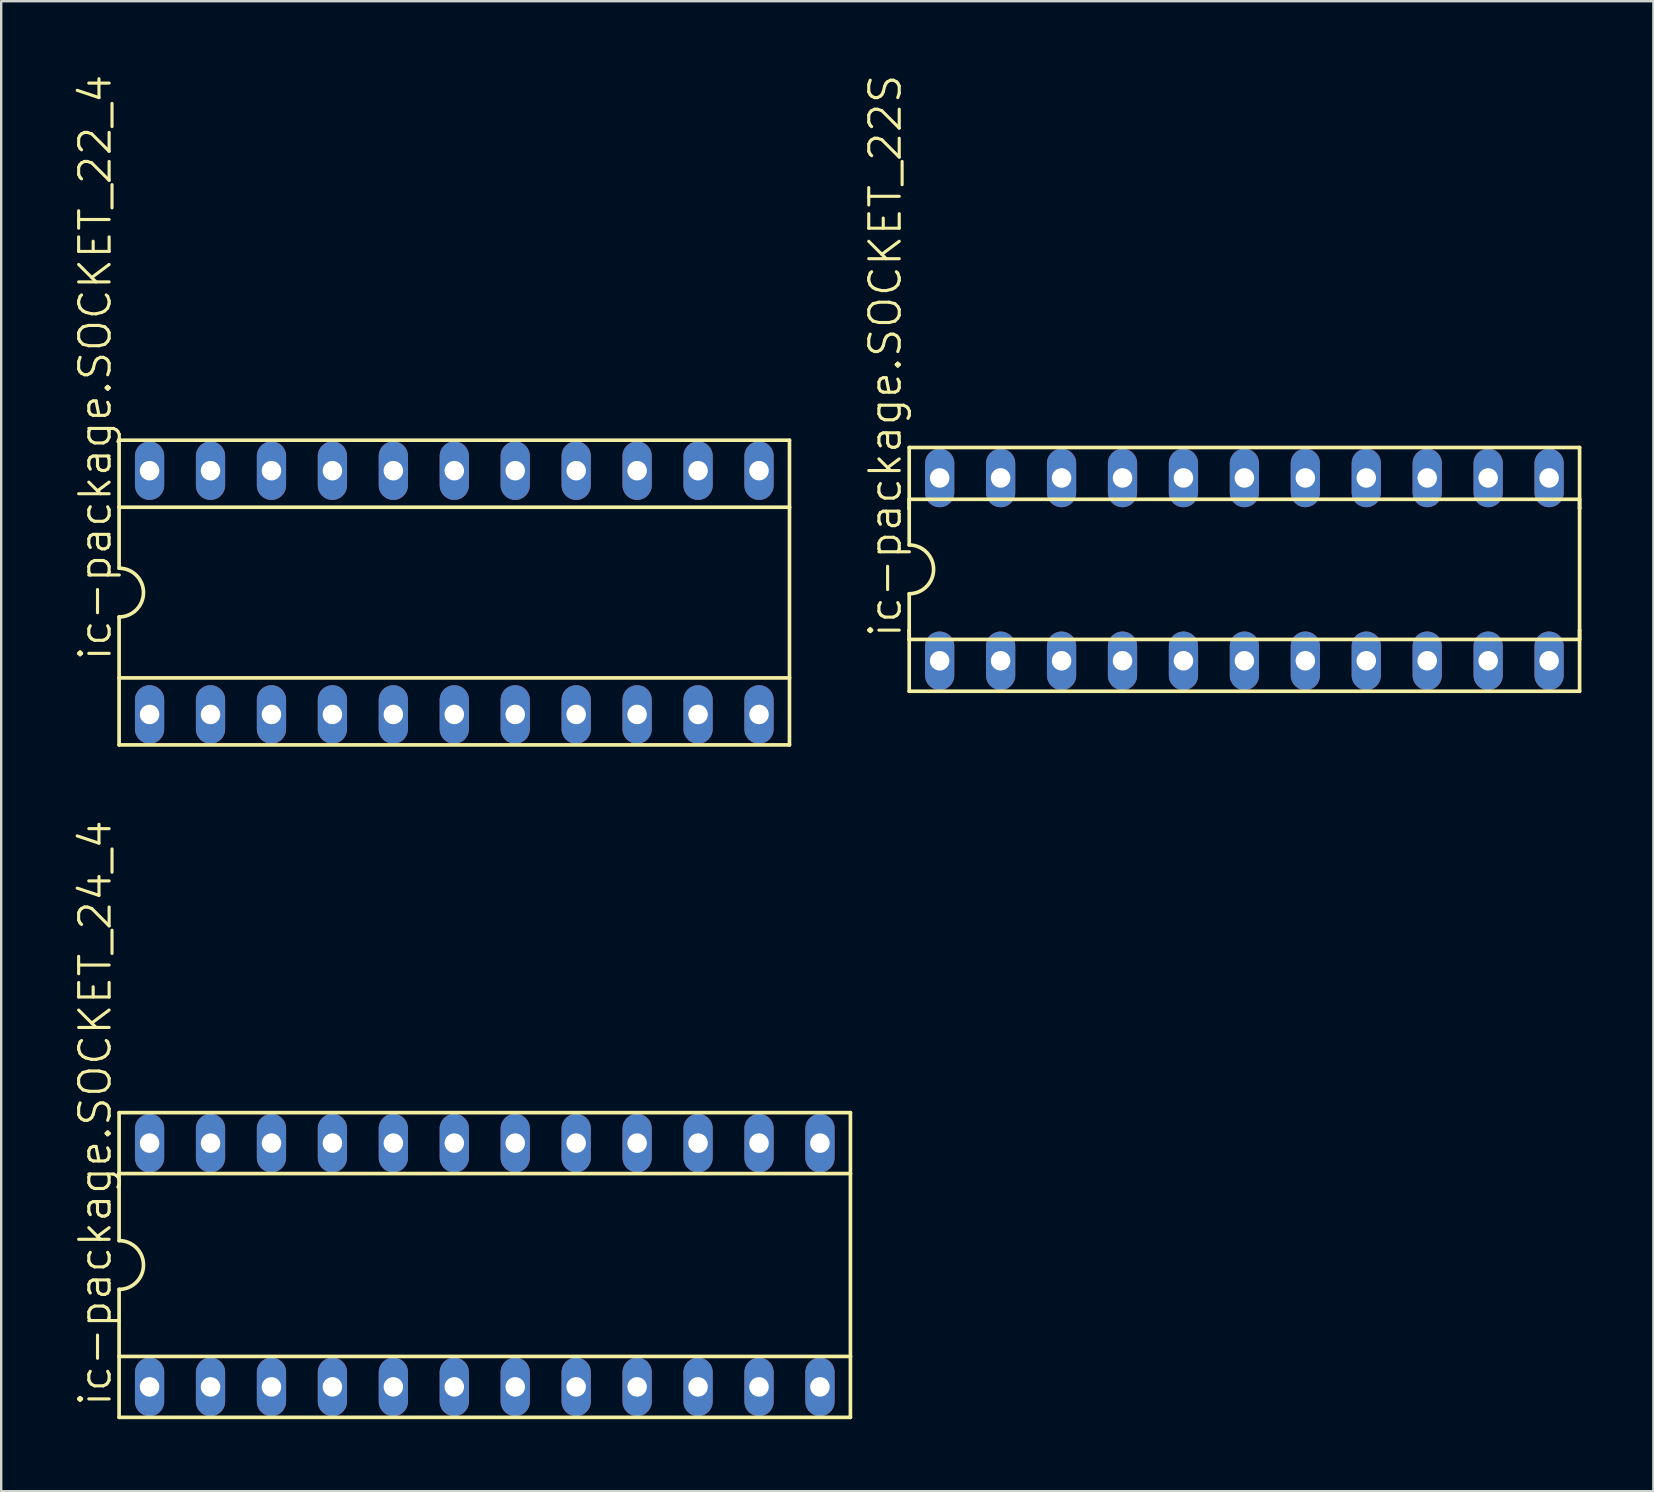
<source format=kicad_pcb>
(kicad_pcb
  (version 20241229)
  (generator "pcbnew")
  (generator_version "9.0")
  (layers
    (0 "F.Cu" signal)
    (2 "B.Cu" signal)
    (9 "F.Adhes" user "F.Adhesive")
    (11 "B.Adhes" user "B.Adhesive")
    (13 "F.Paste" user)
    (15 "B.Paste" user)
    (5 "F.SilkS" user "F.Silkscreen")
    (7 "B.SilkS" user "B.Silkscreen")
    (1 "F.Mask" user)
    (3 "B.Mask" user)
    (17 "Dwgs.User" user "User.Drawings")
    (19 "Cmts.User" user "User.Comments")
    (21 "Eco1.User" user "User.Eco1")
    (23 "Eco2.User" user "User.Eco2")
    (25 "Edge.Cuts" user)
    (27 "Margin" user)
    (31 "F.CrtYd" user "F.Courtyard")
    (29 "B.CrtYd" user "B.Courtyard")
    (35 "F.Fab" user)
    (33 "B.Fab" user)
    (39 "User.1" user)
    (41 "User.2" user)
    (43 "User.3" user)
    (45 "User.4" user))
  (footprint "ic-package.SOCKET_22S"
    (layer "F.Cu")
    (at 48.814 20.68)
    (property "Reference" "ic-package.SOCKET_22S" (at -14.224 2.921 90) (layer "F.SilkS") (effects (font (size 1.27 1.27) (thickness 0.13)) (justify left bottom)))
    (attr through_hole)
    (fp_line (start -13.97 -5.08) (end -13.97 -2.54) (stroke (width 0.152) (type default)) (layer "F.SilkS"))
    (fp_line (start -13.97 -2.921) (end -13.97 -2.54) (stroke (width 0.152) (type default)) (layer "F.SilkS"))
    (fp_line (start -13.97 -2.54) (end -13.97 -1.016) (stroke (width 0.152) (type default)) (layer "F.SilkS"))
    (fp_line (start -13.97 2.54) (end -13.97 1.016) (stroke (width 0.152) (type default)) (layer "F.SilkS"))
    (fp_line (start -13.97 2.921) (end -13.97 2.54) (stroke (width 0.152) (type default)) (layer "F.SilkS"))
    (fp_line (start -13.97 2.921) (end 13.97 2.921) (stroke (width 0.152) (type default)) (layer "F.SilkS"))
    (fp_line (start -13.97 5.08) (end -13.97 2.54) (stroke (width 0.152) (type default)) (layer "F.SilkS"))
    (fp_line (start -13.97 5.08) (end 13.97 5.08) (stroke (width 0.152) (type default)) (layer "F.SilkS"))
    (fp_line (start 13.97 -5.08) (end -13.97 -5.08) (stroke (width 0.152) (type default)) (layer "F.SilkS"))
    (fp_line (start 13.97 -5.08) (end 13.97 -2.54) (stroke (width 0.152) (type default)) (layer "F.SilkS"))
    (fp_line (start 13.97 -2.921) (end -13.97 -2.921) (stroke (width 0.152) (type default)) (layer "F.SilkS"))
    (fp_line (start 13.97 -2.921) (end 13.97 -2.54) (stroke (width 0.152) (type default)) (layer "F.SilkS"))
    (fp_line (start 13.97 -2.54) (end 13.97 2.54) (stroke (width 0.152) (type default)) (layer "F.SilkS"))
    (fp_line (start 13.97 2.54) (end 13.97 2.921) (stroke (width 0.152) (type default)) (layer "F.SilkS"))
    (fp_line (start 13.97 5.08) (end 13.97 2.54) (stroke (width 0.152) (type default)) (layer "F.SilkS"))
    (fp_arc (start -13.97 -1.016) (mid -12.954 0) (end -13.97 1.016) (stroke (width 0.1524) (type default)) (layer "F.SilkS"))
    (pad "1" thru_hole oval (at -12.7 3.81 90) (size 2.438 1.219) (drill 0.813) (layers "*.Cu" "*.Mask"))
    (pad "2" thru_hole oval (at -10.16 3.81 90) (size 2.438 1.219) (drill 0.813) (layers "*.Cu" "*.Mask"))
    (pad "3" thru_hole oval (at -7.62 3.81 90) (size 2.438 1.219) (drill 0.813) (layers "*.Cu" "*.Mask"))
    (pad "4" thru_hole oval (at -5.08 3.81 90) (size 2.438 1.219) (drill 0.813) (layers "*.Cu" "*.Mask"))
    (pad "5" thru_hole oval (at -2.54 3.81 90) (size 2.438 1.219) (drill 0.813) (layers "*.Cu" "*.Mask"))
    (pad "6" thru_hole oval (at 0 3.81 90) (size 2.438 1.219) (drill 0.813) (layers "*.Cu" "*.Mask"))
    (pad "7" thru_hole oval (at 2.54 3.81 90) (size 2.438 1.219) (drill 0.813) (layers "*.Cu" "*.Mask"))
    (pad "8" thru_hole oval (at 5.08 3.81 90) (size 2.438 1.219) (drill 0.813) (layers "*.Cu" "*.Mask"))
    (pad "9" thru_hole oval (at 7.62 3.81 90) (size 2.438 1.219) (drill 0.813) (layers "*.Cu" "*.Mask"))
    (pad "10" thru_hole oval (at 10.16 3.81 90) (size 2.438 1.219) (drill 0.813) (layers "*.Cu" "*.Mask"))
    (pad "11" thru_hole oval (at 12.7 3.81 90) (size 2.438 1.219) (drill 0.813) (layers "*.Cu" "*.Mask"))
    (pad "12" thru_hole oval (at 12.7 -3.81 90) (size 2.438 1.219) (drill 0.813) (layers "*.Cu" "*.Mask"))
    (pad "13" thru_hole oval (at 10.16 -3.81 90) (size 2.438 1.219) (drill 0.813) (layers "*.Cu" "*.Mask"))
    (pad "14" thru_hole oval (at 7.62 -3.81 90) (size 2.438 1.219) (drill 0.813) (layers "*.Cu" "*.Mask"))
    (pad "15" thru_hole oval (at 5.08 -3.81 90) (size 2.438 1.219) (drill 0.813) (layers "*.Cu" "*.Mask"))
    (pad "16" thru_hole oval (at 2.54 -3.81 90) (size 2.438 1.219) (drill 0.813) (layers "*.Cu" "*.Mask"))
    (pad "17" thru_hole oval (at 0 -3.81 90) (size 2.438 1.219) (drill 0.813) (layers "*.Cu" "*.Mask"))
    (pad "18" thru_hole oval (at -2.54 -3.81 90) (size 2.438 1.219) (drill 0.813) (layers "*.Cu" "*.Mask"))
    (pad "19" thru_hole oval (at -5.08 -3.81 90) (size 2.438 1.219) (drill 0.813) (layers "*.Cu" "*.Mask"))
    (pad "20" thru_hole oval (at -7.62 -3.81 90) (size 2.438 1.219) (drill 0.813) (layers "*.Cu" "*.Mask"))
    (pad "21" thru_hole oval (at -10.16 -3.81 90) (size 2.438 1.219) (drill 0.813) (layers "*.Cu" "*.Mask"))
    (pad "22" thru_hole oval (at -12.7 -3.81 90) (size 2.438 1.219) (drill 0.813) (layers "*.Cu" "*.Mask")))
  (footprint "ic-package.SOCKET_22_4"
    (layer "F.Cu")
    (at 15.884 21.647)
    (property "Reference" "ic-package.SOCKET_22_4" (at -14.224 2.921 90) (layer "F.SilkS") (effects (font (size 1.27 1.27) (thickness 0.13)) (justify left bottom)))
    (attr through_hole)
    (fp_line (start -13.97 -6.35) (end -13.97 -3.556) (stroke (width 0.152) (type default)) (layer "F.SilkS"))
    (fp_line (start -13.97 -3.556) (end -13.97 -1.016) (stroke (width 0.152) (type default)) (layer "F.SilkS"))
    (fp_line (start -13.97 3.556) (end -13.97 1.016) (stroke (width 0.152) (type default)) (layer "F.SilkS"))
    (fp_line (start -13.97 3.556) (end 13.97 3.556) (stroke (width 0.152) (type default)) (layer "F.SilkS"))
    (fp_line (start -13.97 6.35) (end -13.97 3.556) (stroke (width 0.152) (type default)) (layer "F.SilkS"))
    (fp_line (start -13.97 6.35) (end 13.97 6.35) (stroke (width 0.152) (type default)) (layer "F.SilkS"))
    (fp_line (start 13.97 -6.35) (end -13.97 -6.35) (stroke (width 0.152) (type default)) (layer "F.SilkS"))
    (fp_line (start 13.97 -6.35) (end 13.97 -3.556) (stroke (width 0.152) (type default)) (layer "F.SilkS"))
    (fp_line (start 13.97 -3.556) (end -13.97 -3.556) (stroke (width 0.152) (type default)) (layer "F.SilkS"))
    (fp_line (start 13.97 -3.556) (end 13.97 3.556) (stroke (width 0.152) (type default)) (layer "F.SilkS"))
    (fp_line (start 13.97 6.35) (end 13.97 3.556) (stroke (width 0.152) (type default)) (layer "F.SilkS"))
    (fp_arc (start -13.97 -1.016) (mid -12.954 0) (end -13.97 1.016) (stroke (width 0.1524) (type default)) (layer "F.SilkS"))
    (pad "1" thru_hole oval (at -12.7 5.08 90) (size 2.438 1.219) (drill 0.813) (layers "*.Cu" "*.Mask"))
    (pad "2" thru_hole oval (at -10.16 5.08 90) (size 2.438 1.219) (drill 0.813) (layers "*.Cu" "*.Mask"))
    (pad "3" thru_hole oval (at -7.62 5.08 90) (size 2.438 1.219) (drill 0.813) (layers "*.Cu" "*.Mask"))
    (pad "4" thru_hole oval (at -5.08 5.08 90) (size 2.438 1.219) (drill 0.813) (layers "*.Cu" "*.Mask"))
    (pad "5" thru_hole oval (at -2.54 5.08 90) (size 2.438 1.219) (drill 0.813) (layers "*.Cu" "*.Mask"))
    (pad "6" thru_hole oval (at 0 5.08 90) (size 2.438 1.219) (drill 0.813) (layers "*.Cu" "*.Mask"))
    (pad "7" thru_hole oval (at 2.54 5.08 90) (size 2.438 1.219) (drill 0.813) (layers "*.Cu" "*.Mask"))
    (pad "8" thru_hole oval (at 5.08 5.08 90) (size 2.438 1.219) (drill 0.813) (layers "*.Cu" "*.Mask"))
    (pad "9" thru_hole oval (at 7.62 5.08 90) (size 2.438 1.219) (drill 0.813) (layers "*.Cu" "*.Mask"))
    (pad "10" thru_hole oval (at 10.16 5.08 90) (size 2.438 1.219) (drill 0.813) (layers "*.Cu" "*.Mask"))
    (pad "11" thru_hole oval (at 12.7 5.08 90) (size 2.438 1.219) (drill 0.813) (layers "*.Cu" "*.Mask"))
    (pad "12" thru_hole oval (at 12.7 -5.08 90) (size 2.438 1.219) (drill 0.813) (layers "*.Cu" "*.Mask"))
    (pad "13" thru_hole oval (at 10.16 -5.08 90) (size 2.438 1.219) (drill 0.813) (layers "*.Cu" "*.Mask"))
    (pad "14" thru_hole oval (at 7.62 -5.08 90) (size 2.438 1.219) (drill 0.813) (layers "*.Cu" "*.Mask"))
    (pad "15" thru_hole oval (at 5.08 -5.08 90) (size 2.438 1.219) (drill 0.813) (layers "*.Cu" "*.Mask"))
    (pad "16" thru_hole oval (at 2.54 -5.08 90) (size 2.438 1.219) (drill 0.813) (layers "*.Cu" "*.Mask"))
    (pad "17" thru_hole oval (at 0 -5.08 90) (size 2.438 1.219) (drill 0.813) (layers "*.Cu" "*.Mask"))
    (pad "18" thru_hole oval (at -2.54 -5.08 90) (size 2.438 1.219) (drill 0.813) (layers "*.Cu" "*.Mask"))
    (pad "19" thru_hole oval (at -5.08 -5.08 90) (size 2.438 1.219) (drill 0.813) (layers "*.Cu" "*.Mask"))
    (pad "20" thru_hole oval (at -7.62 -5.08 90) (size 2.438 1.219) (drill 0.813) (layers "*.Cu" "*.Mask"))
    (pad "21" thru_hole oval (at -10.16 -5.08 90) (size 2.438 1.219) (drill 0.813) (layers "*.Cu" "*.Mask"))
    (pad "22" thru_hole oval (at -12.7 -5.08 90) (size 2.438 1.219) (drill 0.813) (layers "*.Cu" "*.Mask")))
  (footprint "ic-package.SOCKET_24_4"
    (layer "F.Cu")
    (at 17.154 49.673)
    (property "Reference" "ic-package.SOCKET_24_4" (at -15.494 5.969 90) (layer "F.SilkS") (effects (font (size 1.27 1.27) (thickness 0.13)) (justify left bottom)))
    (attr through_hole)
    (fp_line (start -15.24 -6.35) (end -15.24 -3.81) (stroke (width 0.152) (type default)) (layer "F.SilkS"))
    (fp_line (start -15.24 -3.81) (end -15.24 -1.016) (stroke (width 0.152) (type default)) (layer "F.SilkS"))
    (fp_line (start -15.24 3.81) (end -15.24 1.016) (stroke (width 0.152) (type default)) (layer "F.SilkS"))
    (fp_line (start -15.24 3.81) (end 15.24 3.81) (stroke (width 0.152) (type default)) (layer "F.SilkS"))
    (fp_line (start -15.24 6.35) (end -15.24 3.81) (stroke (width 0.152) (type default)) (layer "F.SilkS"))
    (fp_line (start -15.24 6.35) (end 15.24 6.35) (stroke (width 0.152) (type default)) (layer "F.SilkS"))
    (fp_line (start 15.24 -6.35) (end -15.24 -6.35) (stroke (width 0.152) (type default)) (layer "F.SilkS"))
    (fp_line (start 15.24 -6.35) (end 15.24 -3.81) (stroke (width 0.152) (type default)) (layer "F.SilkS"))
    (fp_line (start 15.24 -3.81) (end -15.24 -3.81) (stroke (width 0.152) (type default)) (layer "F.SilkS"))
    (fp_line (start 15.24 -3.81) (end 15.24 3.81) (stroke (width 0.152) (type default)) (layer "F.SilkS"))
    (fp_line (start 15.24 3.81) (end 15.24 6.35) (stroke (width 0.152) (type default)) (layer "F.SilkS"))
    (fp_arc (start -15.24 -1.016) (mid -14.224 0) (end -15.24 1.016) (stroke (width 0.1524) (type default)) (layer "F.SilkS"))
    (pad "1" thru_hole oval (at -13.97 5.08 90) (size 2.438 1.219) (drill 0.813) (layers "*.Cu" "*.Mask"))
    (pad "2" thru_hole oval (at -11.43 5.08 90) (size 2.438 1.219) (drill 0.813) (layers "*.Cu" "*.Mask"))
    (pad "3" thru_hole oval (at -8.89 5.08 90) (size 2.438 1.219) (drill 0.813) (layers "*.Cu" "*.Mask"))
    (pad "4" thru_hole oval (at -6.35 5.08 90) (size 2.438 1.219) (drill 0.813) (layers "*.Cu" "*.Mask"))
    (pad "5" thru_hole oval (at -3.81 5.08 90) (size 2.438 1.219) (drill 0.813) (layers "*.Cu" "*.Mask"))
    (pad "6" thru_hole oval (at -1.27 5.08 90) (size 2.438 1.219) (drill 0.813) (layers "*.Cu" "*.Mask"))
    (pad "7" thru_hole oval (at 1.27 5.08 90) (size 2.438 1.219) (drill 0.813) (layers "*.Cu" "*.Mask"))
    (pad "8" thru_hole oval (at 3.81 5.08 90) (size 2.438 1.219) (drill 0.813) (layers "*.Cu" "*.Mask"))
    (pad "9" thru_hole oval (at 6.35 5.08 90) (size 2.438 1.219) (drill 0.813) (layers "*.Cu" "*.Mask"))
    (pad "10" thru_hole oval (at 8.89 5.08 90) (size 2.438 1.219) (drill 0.813) (layers "*.Cu" "*.Mask"))
    (pad "11" thru_hole oval (at 11.43 5.08 90) (size 2.438 1.219) (drill 0.813) (layers "*.Cu" "*.Mask"))
    (pad "12" thru_hole oval (at 13.97 5.08 90) (size 2.438 1.219) (drill 0.813) (layers "*.Cu" "*.Mask"))
    (pad "13" thru_hole oval (at 13.97 -5.08 90) (size 2.438 1.219) (drill 0.813) (layers "*.Cu" "*.Mask"))
    (pad "14" thru_hole oval (at 11.43 -5.08 90) (size 2.438 1.219) (drill 0.813) (layers "*.Cu" "*.Mask"))
    (pad "15" thru_hole oval (at 8.89 -5.08 90) (size 2.438 1.219) (drill 0.813) (layers "*.Cu" "*.Mask"))
    (pad "16" thru_hole oval (at 6.35 -5.08 90) (size 2.438 1.219) (drill 0.813) (layers "*.Cu" "*.Mask"))
    (pad "17" thru_hole oval (at 3.81 -5.08 90) (size 2.438 1.219) (drill 0.813) (layers "*.Cu" "*.Mask"))
    (pad "18" thru_hole oval (at 1.27 -5.08 90) (size 2.438 1.219) (drill 0.813) (layers "*.Cu" "*.Mask"))
    (pad "19" thru_hole oval (at -1.27 -5.08 90) (size 2.438 1.219) (drill 0.813) (layers "*.Cu" "*.Mask"))
    (pad "20" thru_hole oval (at -3.81 -5.08 90) (size 2.438 1.219) (drill 0.813) (layers "*.Cu" "*.Mask"))
    (pad "21" thru_hole oval (at -6.35 -5.08 90) (size 2.438 1.219) (drill 0.813) (layers "*.Cu" "*.Mask"))
    (pad "22" thru_hole oval (at -8.89 -5.08 90) (size 2.438 1.219) (drill 0.813) (layers "*.Cu" "*.Mask"))
    (pad "23" thru_hole oval (at -11.43 -5.08 90) (size 2.438 1.219) (drill 0.813) (layers "*.Cu" "*.Mask"))
    (pad "24" thru_hole oval (at -13.97 -5.08 90) (size 2.438 1.219) (drill 0.813) (layers "*.Cu" "*.Mask")))
  (gr_rect
    (start -3 -3)
    (end 65.86 59.099)
    (stroke (width 0.1) (type default))
    (fill no)
    (layer "Edge.Cuts")))
</source>
